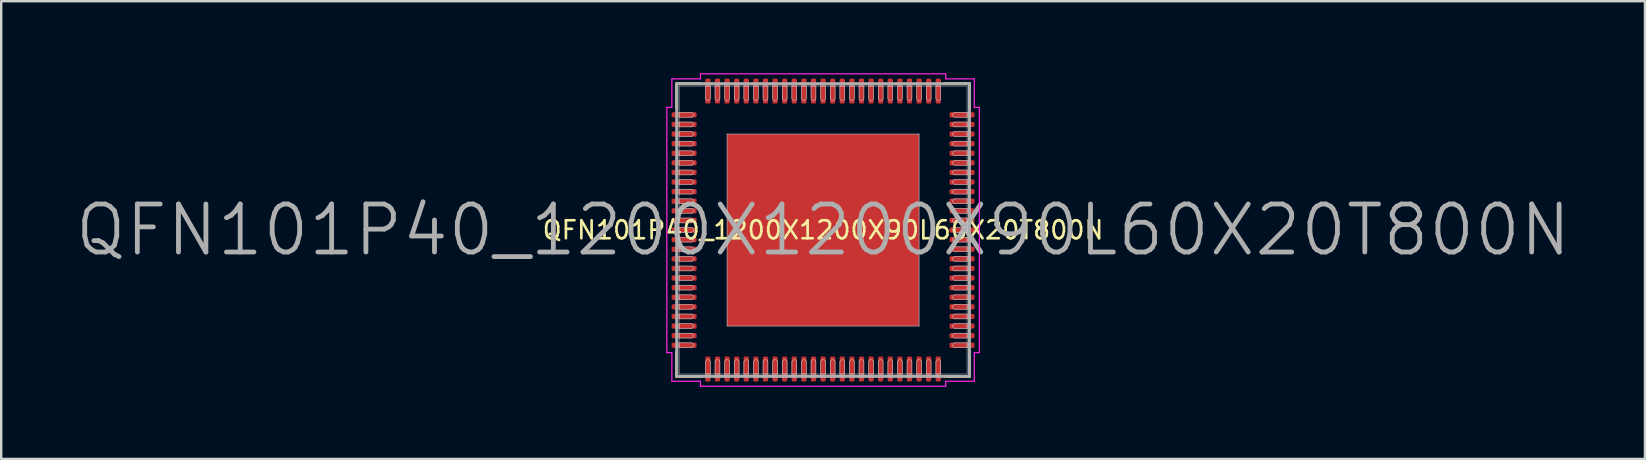
<source format=kicad_pcb>
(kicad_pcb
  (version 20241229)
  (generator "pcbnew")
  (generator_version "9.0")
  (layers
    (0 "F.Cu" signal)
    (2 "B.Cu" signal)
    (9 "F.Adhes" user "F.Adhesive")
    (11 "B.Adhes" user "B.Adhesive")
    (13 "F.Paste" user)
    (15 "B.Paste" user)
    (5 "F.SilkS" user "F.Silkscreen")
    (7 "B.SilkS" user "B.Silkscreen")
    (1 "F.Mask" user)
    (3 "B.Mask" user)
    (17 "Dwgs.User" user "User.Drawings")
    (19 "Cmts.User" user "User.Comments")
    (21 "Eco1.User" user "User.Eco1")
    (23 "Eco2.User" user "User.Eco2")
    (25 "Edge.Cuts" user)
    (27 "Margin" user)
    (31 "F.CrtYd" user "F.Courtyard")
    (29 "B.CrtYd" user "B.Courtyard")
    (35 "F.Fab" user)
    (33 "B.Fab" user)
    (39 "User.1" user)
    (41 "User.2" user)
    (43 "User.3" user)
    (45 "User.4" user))
  (footprint "QFN101P40_1200X1200X90L60X20T800N"
    (layer "F.Cu")
    (at 31.243 6.535)
    (property "Reference" "QFN101P40_1200X1200X90L60X20T800N" (at 0 0 0) (layer "F.SilkS") (effects (font (size 0.75 0.75) (thickness 0.11))))
    (attr smd)
    (fp_line (start -3.705 -3.705) (end -2.295 -3.705) (stroke (width 0.1) (type solid)) (layer "F.Mask"))
    (fp_line (start -3.705 -2.295) (end -3.705 -3.705) (stroke (width 0.1) (type solid)) (layer "F.Mask"))
    (fp_line (start -3.705 -1.705) (end -2.295 -1.705) (stroke (width 0.1) (type solid)) (layer "F.Mask"))
    (fp_line (start -3.705 -0.295) (end -3.705 -1.705) (stroke (width 0.1) (type solid)) (layer "F.Mask"))
    (fp_line (start -3.705 0.295) (end -2.295 0.295) (stroke (width 0.1) (type solid)) (layer "F.Mask"))
    (fp_line (start -3.705 1.705) (end -3.705 0.295) (stroke (width 0.1) (type solid)) (layer "F.Mask"))
    (fp_line (start -3.705 2.295) (end -2.295 2.295) (stroke (width 0.1) (type solid)) (layer "F.Mask"))
    (fp_line (start -3.705 3.705) (end -3.705 2.295) (stroke (width 0.1) (type solid)) (layer "F.Mask"))
    (fp_line (start -2.295 -3.705) (end -2.295 -2.295) (stroke (width 0.1) (type solid)) (layer "F.Mask"))
    (fp_line (start -2.295 -2.295) (end -3.705 -2.295) (stroke (width 0.1) (type solid)) (layer "F.Mask"))
    (fp_line (start -2.295 -1.705) (end -2.295 -0.295) (stroke (width 0.1) (type solid)) (layer "F.Mask"))
    (fp_line (start -2.295 -0.295) (end -3.705 -0.295) (stroke (width 0.1) (type solid)) (layer "F.Mask"))
    (fp_line (start -2.295 0.295) (end -2.295 1.705) (stroke (width 0.1) (type solid)) (layer "F.Mask"))
    (fp_line (start -2.295 1.705) (end -3.705 1.705) (stroke (width 0.1) (type solid)) (layer "F.Mask"))
    (fp_line (start -2.295 2.295) (end -2.295 3.705) (stroke (width 0.1) (type solid)) (layer "F.Mask"))
    (fp_line (start -2.295 3.705) (end -3.705 3.705) (stroke (width 0.1) (type solid)) (layer "F.Mask"))
    (fp_line (start -1.705 -3.705) (end -0.295 -3.705) (stroke (width 0.1) (type solid)) (layer "F.Mask"))
    (fp_line (start -1.705 -2.295) (end -1.705 -3.705) (stroke (width 0.1) (type solid)) (layer "F.Mask"))
    (fp_line (start -1.705 -1.705) (end -0.295 -1.705) (stroke (width 0.1) (type solid)) (layer "F.Mask"))
    (fp_line (start -1.705 -0.295) (end -1.705 -1.705) (stroke (width 0.1) (type solid)) (layer "F.Mask"))
    (fp_line (start -1.705 0.295) (end -0.295 0.295) (stroke (width 0.1) (type solid)) (layer "F.Mask"))
    (fp_line (start -1.705 1.705) (end -1.705 0.295) (stroke (width 0.1) (type solid)) (layer "F.Mask"))
    (fp_line (start -1.705 2.295) (end -0.295 2.295) (stroke (width 0.1) (type solid)) (layer "F.Mask"))
    (fp_line (start -1.705 3.705) (end -1.705 2.295) (stroke (width 0.1) (type solid)) (layer "F.Mask"))
    (fp_line (start -0.295 -3.705) (end -0.295 -2.295) (stroke (width 0.1) (type solid)) (layer "F.Mask"))
    (fp_line (start -0.295 -2.295) (end -1.705 -2.295) (stroke (width 0.1) (type solid)) (layer "F.Mask"))
    (fp_line (start -0.295 -1.705) (end -0.295 -0.295) (stroke (width 0.1) (type solid)) (layer "F.Mask"))
    (fp_line (start -0.295 -0.295) (end -1.705 -0.295) (stroke (width 0.1) (type solid)) (layer "F.Mask"))
    (fp_line (start -0.295 0.295) (end -0.295 1.705) (stroke (width 0.1) (type solid)) (layer "F.Mask"))
    (fp_line (start -0.295 1.705) (end -1.705 1.705) (stroke (width 0.1) (type solid)) (layer "F.Mask"))
    (fp_line (start -0.295 2.295) (end -0.295 3.705) (stroke (width 0.1) (type solid)) (layer "F.Mask"))
    (fp_line (start -0.295 3.705) (end -1.705 3.705) (stroke (width 0.1) (type solid)) (layer "F.Mask"))
    (fp_line (start 0.295 -3.705) (end 1.705 -3.705) (stroke (width 0.1) (type solid)) (layer "F.Mask"))
    (fp_line (start 0.295 -2.295) (end 0.295 -3.705) (stroke (width 0.1) (type solid)) (layer "F.Mask"))
    (fp_line (start 0.295 -1.705) (end 1.705 -1.705) (stroke (width 0.1) (type solid)) (layer "F.Mask"))
    (fp_line (start 0.295 -0.295) (end 0.295 -1.705) (stroke (width 0.1) (type solid)) (layer "F.Mask"))
    (fp_line (start 0.295 0.295) (end 1.705 0.295) (stroke (width 0.1) (type solid)) (layer "F.Mask"))
    (fp_line (start 0.295 1.705) (end 0.295 0.295) (stroke (width 0.1) (type solid)) (layer "F.Mask"))
    (fp_line (start 0.295 2.295) (end 1.705 2.295) (stroke (width 0.1) (type solid)) (layer "F.Mask"))
    (fp_line (start 0.295 3.705) (end 0.295 2.295) (stroke (width 0.1) (type solid)) (layer "F.Mask"))
    (fp_line (start 1.705 -3.705) (end 1.705 -2.295) (stroke (width 0.1) (type solid)) (layer "F.Mask"))
    (fp_line (start 1.705 -2.295) (end 0.295 -2.295) (stroke (width 0.1) (type solid)) (layer "F.Mask"))
    (fp_line (start 1.705 -1.705) (end 1.705 -0.295) (stroke (width 0.1) (type solid)) (layer "F.Mask"))
    (fp_line (start 1.705 -0.295) (end 0.295 -0.295) (stroke (width 0.1) (type solid)) (layer "F.Mask"))
    (fp_line (start 1.705 0.295) (end 1.705 1.705) (stroke (width 0.1) (type solid)) (layer "F.Mask"))
    (fp_line (start 1.705 1.705) (end 0.295 1.705) (stroke (width 0.1) (type solid)) (layer "F.Mask"))
    (fp_line (start 1.705 2.295) (end 1.705 3.705) (stroke (width 0.1) (type solid)) (layer "F.Mask"))
    (fp_line (start 1.705 3.705) (end 0.295 3.705) (stroke (width 0.1) (type solid)) (layer "F.Mask"))
    (fp_line (start 2.295 -3.705) (end 3.705 -3.705) (stroke (width 0.1) (type solid)) (layer "F.Mask"))
    (fp_line (start 2.295 -2.295) (end 2.295 -3.705) (stroke (width 0.1) (type solid)) (layer "F.Mask"))
    (fp_line (start 2.295 -1.705) (end 3.705 -1.705) (stroke (width 0.1) (type solid)) (layer "F.Mask"))
    (fp_line (start 2.295 -0.295) (end 2.295 -1.705) (stroke (width 0.1) (type solid)) (layer "F.Mask"))
    (fp_line (start 2.295 0.295) (end 3.705 0.295) (stroke (width 0.1) (type solid)) (layer "F.Mask"))
    (fp_line (start 2.295 1.705) (end 2.295 0.295) (stroke (width 0.1) (type solid)) (layer "F.Mask"))
    (fp_line (start 2.295 2.295) (end 3.705 2.295) (stroke (width 0.1) (type solid)) (layer "F.Mask"))
    (fp_line (start 2.295 3.705) (end 2.295 2.295) (stroke (width 0.1) (type solid)) (layer "F.Mask"))
    (fp_line (start 3.705 -3.705) (end 3.705 -2.295) (stroke (width 0.1) (type solid)) (layer "F.Mask"))
    (fp_line (start 3.705 -2.295) (end 2.295 -2.295) (stroke (width 0.1) (type solid)) (layer "F.Mask"))
    (fp_line (start 3.705 -1.705) (end 3.705 -0.295) (stroke (width 0.1) (type solid)) (layer "F.Mask"))
    (fp_line (start 3.705 -0.295) (end 2.295 -0.295) (stroke (width 0.1) (type solid)) (layer "F.Mask"))
    (fp_line (start 3.705 0.295) (end 3.705 1.705) (stroke (width 0.1) (type solid)) (layer "F.Mask"))
    (fp_line (start 3.705 1.705) (end 2.295 1.705) (stroke (width 0.1) (type solid)) (layer "F.Mask"))
    (fp_line (start 3.705 2.295) (end 3.705 3.705) (stroke (width 0.1) (type solid)) (layer "F.Mask"))
    (fp_line (start 3.705 3.705) (end 2.295 3.705) (stroke (width 0.1) (type solid)) (layer "F.Mask"))
    (fp_line (start -6.1 -6.1) (end -6.1 -5.09) (stroke (width 0.12) (type solid)) (layer "F.SilkS"))
    (fp_line (start -6.1 6.1) (end -6.1 5.09) (stroke (width 0.12) (type solid)) (layer "F.SilkS"))
    (fp_line (start -5.09 -6.1) (end -6.1 -6.1) (stroke (width 0.12) (type solid)) (layer "F.SilkS"))
    (fp_line (start -5.09 6.1) (end -6.1 6.1) (stroke (width 0.12) (type solid)) (layer "F.SilkS"))
    (fp_line (start 5.09 -6.1) (end 6.1 -6.1) (stroke (width 0.12) (type solid)) (layer "F.SilkS"))
    (fp_line (start 5.09 6.1) (end 6.1 6.1) (stroke (width 0.12) (type solid)) (layer "F.SilkS"))
    (fp_line (start 6.1 -6.1) (end 6.1 -5.09) (stroke (width 0.12) (type solid)) (layer "F.SilkS"))
    (fp_line (start 6.1 6.1) (end 6.1 5.09) (stroke (width 0.12) (type solid)) (layer "F.SilkS"))
    (fp_line (start -6 -6) (end 6 -6) (stroke (width 0.025) (type solid)) (layer "Dwgs.User"))
    (fp_line (start -6 -4.9) (end -6 -4.7) (stroke (width 0.025) (type solid)) (layer "Dwgs.User"))
    (fp_line (start -6 -4.7) (end -5.5 -4.7) (stroke (width 0.025) (type solid)) (layer "Dwgs.User"))
    (fp_line (start -6 -4.5) (end -6 -4.3) (stroke (width 0.025) (type solid)) (layer "Dwgs.User"))
    (fp_line (start -6 -4.3) (end -5.5 -4.3) (stroke (width 0.025) (type solid)) (layer "Dwgs.User"))
    (fp_line (start -6 -4.1) (end -6 -3.9) (stroke (width 0.025) (type solid)) (layer "Dwgs.User"))
    (fp_line (start -6 -3.9) (end -5.5 -3.9) (stroke (width 0.025) (type solid)) (layer "Dwgs.User"))
    (fp_line (start -6 -3.7) (end -6 -3.5) (stroke (width 0.025) (type solid)) (layer "Dwgs.User"))
    (fp_line (start -6 -3.5) (end -5.5 -3.5) (stroke (width 0.025) (type solid)) (layer "Dwgs.User"))
    (fp_line (start -6 -3.3) (end -6 -3.1) (stroke (width 0.025) (type solid)) (layer "Dwgs.User"))
    (fp_line (start -6 -3.1) (end -5.5 -3.1) (stroke (width 0.025) (type solid)) (layer "Dwgs.User"))
    (fp_line (start -6 -2.9) (end -6 -2.7) (stroke (width 0.025) (type solid)) (layer "Dwgs.User"))
    (fp_line (start -6 -2.7) (end -5.5 -2.7) (stroke (width 0.025) (type solid)) (layer "Dwgs.User"))
    (fp_line (start -6 -2.5) (end -6 -2.3) (stroke (width 0.025) (type solid)) (layer "Dwgs.User"))
    (fp_line (start -6 -2.3) (end -5.5 -2.3) (stroke (width 0.025) (type solid)) (layer "Dwgs.User"))
    (fp_line (start -6 -2.1) (end -6 -1.9) (stroke (width 0.025) (type solid)) (layer "Dwgs.User"))
    (fp_line (start -6 -1.9) (end -5.5 -1.9) (stroke (width 0.025) (type solid)) (layer "Dwgs.User"))
    (fp_line (start -6 -1.7) (end -6 -1.5) (stroke (width 0.025) (type solid)) (layer "Dwgs.User"))
    (fp_line (start -6 -1.5) (end -5.5 -1.5) (stroke (width 0.025) (type solid)) (layer "Dwgs.User"))
    (fp_line (start -6 -1.3) (end -6 -1.1) (stroke (width 0.025) (type solid)) (layer "Dwgs.User"))
    (fp_line (start -6 -1.1) (end -5.5 -1.1) (stroke (width 0.025) (type solid)) (layer "Dwgs.User"))
    (fp_line (start -6 -0.9) (end -6 -0.7) (stroke (width 0.025) (type solid)) (layer "Dwgs.User"))
    (fp_line (start -6 -0.7) (end -5.5 -0.7) (stroke (width 0.025) (type solid)) (layer "Dwgs.User"))
    (fp_line (start -6 -0.5) (end -6 -0.3) (stroke (width 0.025) (type solid)) (layer "Dwgs.User"))
    (fp_line (start -6 -0.3) (end -5.5 -0.3) (stroke (width 0.025) (type solid)) (layer "Dwgs.User"))
    (fp_line (start -6 -0.1) (end -6 0.1) (stroke (width 0.025) (type solid)) (layer "Dwgs.User"))
    (fp_line (start -6 0.1) (end -5.5 0.1) (stroke (width 0.025) (type solid)) (layer "Dwgs.User"))
    (fp_line (start -6 0.3) (end -6 0.5) (stroke (width 0.025) (type solid)) (layer "Dwgs.User"))
    (fp_line (start -6 0.5) (end -5.5 0.5) (stroke (width 0.025) (type solid)) (layer "Dwgs.User"))
    (fp_line (start -6 0.7) (end -6 0.9) (stroke (width 0.025) (type solid)) (layer "Dwgs.User"))
    (fp_line (start -6 0.9) (end -5.5 0.9) (stroke (width 0.025) (type solid)) (layer "Dwgs.User"))
    (fp_line (start -6 1.1) (end -6 1.3) (stroke (width 0.025) (type solid)) (layer "Dwgs.User"))
    (fp_line (start -6 1.3) (end -5.5 1.3) (stroke (width 0.025) (type solid)) (layer "Dwgs.User"))
    (fp_line (start -6 1.5) (end -6 1.7) (stroke (width 0.025) (type solid)) (layer "Dwgs.User"))
    (fp_line (start -6 1.7) (end -5.5 1.7) (stroke (width 0.025) (type solid)) (layer "Dwgs.User"))
    (fp_line (start -6 1.9) (end -6 2.1) (stroke (width 0.025) (type solid)) (layer "Dwgs.User"))
    (fp_line (start -6 2.1) (end -5.5 2.1) (stroke (width 0.025) (type solid)) (layer "Dwgs.User"))
    (fp_line (start -6 2.3) (end -6 2.5) (stroke (width 0.025) (type solid)) (layer "Dwgs.User"))
    (fp_line (start -6 2.5) (end -5.5 2.5) (stroke (width 0.025) (type solid)) (layer "Dwgs.User"))
    (fp_line (start -6 2.7) (end -6 2.9) (stroke (width 0.025) (type solid)) (layer "Dwgs.User"))
    (fp_line (start -6 2.9) (end -5.5 2.9) (stroke (width 0.025) (type solid)) (layer "Dwgs.User"))
    (fp_line (start -6 3.1) (end -6 3.3) (stroke (width 0.025) (type solid)) (layer "Dwgs.User"))
    (fp_line (start -6 3.3) (end -5.5 3.3) (stroke (width 0.025) (type solid)) (layer "Dwgs.User"))
    (fp_line (start -6 3.5) (end -6 3.7) (stroke (width 0.025) (type solid)) (layer "Dwgs.User"))
    (fp_line (start -6 3.7) (end -5.5 3.7) (stroke (width 0.025) (type solid)) (layer "Dwgs.User"))
    (fp_line (start -6 3.9) (end -6 4.1) (stroke (width 0.025) (type solid)) (layer "Dwgs.User"))
    (fp_line (start -6 4.1) (end -5.5 4.1) (stroke (width 0.025) (type solid)) (layer "Dwgs.User"))
    (fp_line (start -6 4.3) (end -6 4.5) (stroke (width 0.025) (type solid)) (layer "Dwgs.User"))
    (fp_line (start -6 4.5) (end -5.5 4.5) (stroke (width 0.025) (type solid)) (layer "Dwgs.User"))
    (fp_line (start -6 4.7) (end -6 4.9) (stroke (width 0.025) (type solid)) (layer "Dwgs.User"))
    (fp_line (start -6 4.9) (end -5.5 4.9) (stroke (width 0.025) (type solid)) (layer "Dwgs.User"))
    (fp_line (start -6 6) (end -6 -6) (stroke (width 0.025) (type solid)) (layer "Dwgs.User"))
    (fp_line (start -5.5 -4.9) (end -6 -4.9) (stroke (width 0.025) (type solid)) (layer "Dwgs.User"))
    (fp_line (start -5.5 -4.5) (end -6 -4.5) (stroke (width 0.025) (type solid)) (layer "Dwgs.User"))
    (fp_line (start -5.5 -4.1) (end -6 -4.1) (stroke (width 0.025) (type solid)) (layer "Dwgs.User"))
    (fp_line (start -5.5 -3.7) (end -6 -3.7) (stroke (width 0.025) (type solid)) (layer "Dwgs.User"))
    (fp_line (start -5.5 -3.3) (end -6 -3.3) (stroke (width 0.025) (type solid)) (layer "Dwgs.User"))
    (fp_line (start -5.5 -2.9) (end -6 -2.9) (stroke (width 0.025) (type solid)) (layer "Dwgs.User"))
    (fp_line (start -5.5 -2.5) (end -6 -2.5) (stroke (width 0.025) (type solid)) (layer "Dwgs.User"))
    (fp_line (start -5.5 -2.1) (end -6 -2.1) (stroke (width 0.025) (type solid)) (layer "Dwgs.User"))
    (fp_line (start -5.5 -1.7) (end -6 -1.7) (stroke (width 0.025) (type solid)) (layer "Dwgs.User"))
    (fp_line (start -5.5 -1.3) (end -6 -1.3) (stroke (width 0.025) (type solid)) (layer "Dwgs.User"))
    (fp_line (start -5.5 -0.9) (end -6 -0.9) (stroke (width 0.025) (type solid)) (layer "Dwgs.User"))
    (fp_line (start -5.5 -0.5) (end -6 -0.5) (stroke (width 0.025) (type solid)) (layer "Dwgs.User"))
    (fp_line (start -5.5 -0.1) (end -6 -0.1) (stroke (width 0.025) (type solid)) (layer "Dwgs.User"))
    (fp_line (start -5.5 0.3) (end -6 0.3) (stroke (width 0.025) (type solid)) (layer "Dwgs.User"))
    (fp_line (start -5.5 0.7) (end -6 0.7) (stroke (width 0.025) (type solid)) (layer "Dwgs.User"))
    (fp_line (start -5.5 1.1) (end -6 1.1) (stroke (width 0.025) (type solid)) (layer "Dwgs.User"))
    (fp_line (start -5.5 1.5) (end -6 1.5) (stroke (width 0.025) (type solid)) (layer "Dwgs.User"))
    (fp_line (start -5.5 1.9) (end -6 1.9) (stroke (width 0.025) (type solid)) (layer "Dwgs.User"))
    (fp_line (start -5.5 2.3) (end -6 2.3) (stroke (width 0.025) (type solid)) (layer "Dwgs.User"))
    (fp_line (start -5.5 2.7) (end -6 2.7) (stroke (width 0.025) (type solid)) (layer "Dwgs.User"))
    (fp_line (start -5.5 3.1) (end -6 3.1) (stroke (width 0.025) (type solid)) (layer "Dwgs.User"))
    (fp_line (start -5.5 3.5) (end -6 3.5) (stroke (width 0.025) (type solid)) (layer "Dwgs.User"))
    (fp_line (start -5.5 3.9) (end -6 3.9) (stroke (width 0.025) (type solid)) (layer "Dwgs.User"))
    (fp_line (start -5.5 4.3) (end -6 4.3) (stroke (width 0.025) (type solid)) (layer "Dwgs.User"))
    (fp_line (start -5.5 4.7) (end -6 4.7) (stroke (width 0.025) (type solid)) (layer "Dwgs.User"))
    (fp_line (start -4.9 -6) (end -4.9 -5.5) (stroke (width 0.025) (type solid)) (layer "Dwgs.User"))
    (fp_line (start -4.9 5.5) (end -4.9 6) (stroke (width 0.025) (type solid)) (layer "Dwgs.User"))
    (fp_line (start -4.9 6) (end -4.7 6) (stroke (width 0.025) (type solid)) (layer "Dwgs.User"))
    (fp_line (start -4.7 -6) (end -4.9 -6) (stroke (width 0.025) (type solid)) (layer "Dwgs.User"))
    (fp_line (start -4.7 -5.5) (end -4.7 -6) (stroke (width 0.025) (type solid)) (layer "Dwgs.User"))
    (fp_line (start -4.7 6) (end -4.7 5.5) (stroke (width 0.025) (type solid)) (layer "Dwgs.User"))
    (fp_line (start -4.5 -6) (end -4.5 -5.5) (stroke (width 0.025) (type solid)) (layer "Dwgs.User"))
    (fp_line (start -4.5 5.5) (end -4.5 6) (stroke (width 0.025) (type solid)) (layer "Dwgs.User"))
    (fp_line (start -4.5 6) (end -4.3 6) (stroke (width 0.025) (type solid)) (layer "Dwgs.User"))
    (fp_line (start -4.3 -6) (end -4.5 -6) (stroke (width 0.025) (type solid)) (layer "Dwgs.User"))
    (fp_line (start -4.3 -5.5) (end -4.3 -6) (stroke (width 0.025) (type solid)) (layer "Dwgs.User"))
    (fp_line (start -4.3 6) (end -4.3 5.5) (stroke (width 0.025) (type solid)) (layer "Dwgs.User"))
    (fp_line (start -4.1 -6) (end -4.1 -5.5) (stroke (width 0.025) (type solid)) (layer "Dwgs.User"))
    (fp_line (start -4.1 5.5) (end -4.1 6) (stroke (width 0.025) (type solid)) (layer "Dwgs.User"))
    (fp_line (start -4.1 6) (end -3.9 6) (stroke (width 0.025) (type solid)) (layer "Dwgs.User"))
    (fp_line (start -4 -4) (end 4 -4) (stroke (width 0.025) (type solid)) (layer "Dwgs.User"))
    (fp_line (start -4 4) (end -4 -4) (stroke (width 0.025) (type solid)) (layer "Dwgs.User"))
    (fp_line (start -3.9 -6) (end -4.1 -6) (stroke (width 0.025) (type solid)) (layer "Dwgs.User"))
    (fp_line (start -3.9 -5.5) (end -3.9 -6) (stroke (width 0.025) (type solid)) (layer "Dwgs.User"))
    (fp_line (start -3.9 6) (end -3.9 5.5) (stroke (width 0.025) (type solid)) (layer "Dwgs.User"))
    (fp_line (start -3.7 -6) (end -3.7 -5.5) (stroke (width 0.025) (type solid)) (layer "Dwgs.User"))
    (fp_line (start -3.7 5.5) (end -3.7 6) (stroke (width 0.025) (type solid)) (layer "Dwgs.User"))
    (fp_line (start -3.7 6) (end -3.5 6) (stroke (width 0.025) (type solid)) (layer "Dwgs.User"))
    (fp_line (start -3.5 -6) (end -3.7 -6) (stroke (width 0.025) (type solid)) (layer "Dwgs.User"))
    (fp_line (start -3.5 -5.5) (end -3.5 -6) (stroke (width 0.025) (type solid)) (layer "Dwgs.User"))
    (fp_line (start -3.5 6) (end -3.5 5.5) (stroke (width 0.025) (type solid)) (layer "Dwgs.User"))
    (fp_line (start -3.3 -6) (end -3.3 -5.5) (stroke (width 0.025) (type solid)) (layer "Dwgs.User"))
    (fp_line (start -3.3 5.5) (end -3.3 6) (stroke (width 0.025) (type solid)) (layer "Dwgs.User"))
    (fp_line (start -3.3 6) (end -3.1 6) (stroke (width 0.025) (type solid)) (layer "Dwgs.User"))
    (fp_line (start -3.1 -6) (end -3.3 -6) (stroke (width 0.025) (type solid)) (layer "Dwgs.User"))
    (fp_line (start -3.1 -5.5) (end -3.1 -6) (stroke (width 0.025) (type solid)) (layer "Dwgs.User"))
    (fp_line (start -3.1 6) (end -3.1 5.5) (stroke (width 0.025) (type solid)) (layer "Dwgs.User"))
    (fp_line (start -2.9 -6) (end -2.9 -5.5) (stroke (width 0.025) (type solid)) (layer "Dwgs.User"))
    (fp_line (start -2.9 5.5) (end -2.9 6) (stroke (width 0.025) (type solid)) (layer "Dwgs.User"))
    (fp_line (start -2.9 6) (end -2.7 6) (stroke (width 0.025) (type solid)) (layer "Dwgs.User"))
    (fp_line (start -2.7 -6) (end -2.9 -6) (stroke (width 0.025) (type solid)) (layer "Dwgs.User"))
    (fp_line (start -2.7 -5.5) (end -2.7 -6) (stroke (width 0.025) (type solid)) (layer "Dwgs.User"))
    (fp_line (start -2.7 6) (end -2.7 5.5) (stroke (width 0.025) (type solid)) (layer "Dwgs.User"))
    (fp_line (start -2.5 -6) (end -2.5 -5.5) (stroke (width 0.025) (type solid)) (layer "Dwgs.User"))
    (fp_line (start -2.5 5.5) (end -2.5 6) (stroke (width 0.025) (type solid)) (layer "Dwgs.User"))
    (fp_line (start -2.5 6) (end -2.3 6) (stroke (width 0.025) (type solid)) (layer "Dwgs.User"))
    (fp_line (start -2.3 -6) (end -2.5 -6) (stroke (width 0.025) (type solid)) (layer "Dwgs.User"))
    (fp_line (start -2.3 -5.5) (end -2.3 -6) (stroke (width 0.025) (type solid)) (layer "Dwgs.User"))
    (fp_line (start -2.3 6) (end -2.3 5.5) (stroke (width 0.025) (type solid)) (layer "Dwgs.User"))
    (fp_line (start -2.1 -6) (end -2.1 -5.5) (stroke (width 0.025) (type solid)) (layer "Dwgs.User"))
    (fp_line (start -2.1 5.5) (end -2.1 6) (stroke (width 0.025) (type solid)) (layer "Dwgs.User"))
    (fp_line (start -2.1 6) (end -1.9 6) (stroke (width 0.025) (type solid)) (layer "Dwgs.User"))
    (fp_line (start -1.9 -6) (end -2.1 -6) (stroke (width 0.025) (type solid)) (layer "Dwgs.User"))
    (fp_line (start -1.9 -5.5) (end -1.9 -6) (stroke (width 0.025) (type solid)) (layer "Dwgs.User"))
    (fp_line (start -1.9 6) (end -1.9 5.5) (stroke (width 0.025) (type solid)) (layer "Dwgs.User"))
    (fp_line (start -1.7 -6) (end -1.7 -5.5) (stroke (width 0.025) (type solid)) (layer "Dwgs.User"))
    (fp_line (start -1.7 5.5) (end -1.7 6) (stroke (width 0.025) (type solid)) (layer "Dwgs.User"))
    (fp_line (start -1.7 6) (end -1.5 6) (stroke (width 0.025) (type solid)) (layer "Dwgs.User"))
    (fp_line (start -1.5 -6) (end -1.7 -6) (stroke (width 0.025) (type solid)) (layer "Dwgs.User"))
    (fp_line (start -1.5 -5.5) (end -1.5 -6) (stroke (width 0.025) (type solid)) (layer "Dwgs.User"))
    (fp_line (start -1.5 6) (end -1.5 5.5) (stroke (width 0.025) (type solid)) (layer "Dwgs.User"))
    (fp_line (start -1.3 -6) (end -1.3 -5.5) (stroke (width 0.025) (type solid)) (layer "Dwgs.User"))
    (fp_line (start -1.3 5.5) (end -1.3 6) (stroke (width 0.025) (type solid)) (layer "Dwgs.User"))
    (fp_line (start -1.3 6) (end -1.1 6) (stroke (width 0.025) (type solid)) (layer "Dwgs.User"))
    (fp_line (start -1.1 -6) (end -1.3 -6) (stroke (width 0.025) (type solid)) (layer "Dwgs.User"))
    (fp_line (start -1.1 -5.5) (end -1.1 -6) (stroke (width 0.025) (type solid)) (layer "Dwgs.User"))
    (fp_line (start -1.1 6) (end -1.1 5.5) (stroke (width 0.025) (type solid)) (layer "Dwgs.User"))
    (fp_line (start -0.9 -6) (end -0.9 -5.5) (stroke (width 0.025) (type solid)) (layer "Dwgs.User"))
    (fp_line (start -0.9 5.5) (end -0.9 6) (stroke (width 0.025) (type solid)) (layer "Dwgs.User"))
    (fp_line (start -0.9 6) (end -0.7 6) (stroke (width 0.025) (type solid)) (layer "Dwgs.User"))
    (fp_line (start -0.7 -6) (end -0.9 -6) (stroke (width 0.025) (type solid)) (layer "Dwgs.User"))
    (fp_line (start -0.7 -5.5) (end -0.7 -6) (stroke (width 0.025) (type solid)) (layer "Dwgs.User"))
    (fp_line (start -0.7 6) (end -0.7 5.5) (stroke (width 0.025) (type solid)) (layer "Dwgs.User"))
    (fp_line (start -0.5 -6) (end -0.5 -5.5) (stroke (width 0.025) (type solid)) (layer "Dwgs.User"))
    (fp_line (start -0.5 5.5) (end -0.5 6) (stroke (width 0.025) (type solid)) (layer "Dwgs.User"))
    (fp_line (start -0.5 6) (end -0.3 6) (stroke (width 0.025) (type solid)) (layer "Dwgs.User"))
    (fp_line (start -0.3 -6) (end -0.5 -6) (stroke (width 0.025) (type solid)) (layer "Dwgs.User"))
    (fp_line (start -0.3 -5.5) (end -0.3 -6) (stroke (width 0.025) (type solid)) (layer "Dwgs.User"))
    (fp_line (start -0.3 6) (end -0.3 5.5) (stroke (width 0.025) (type solid)) (layer "Dwgs.User"))
    (fp_line (start -0.1 -6) (end -0.1 -5.5) (stroke (width 0.025) (type solid)) (layer "Dwgs.User"))
    (fp_line (start -0.1 5.5) (end -0.1 6) (stroke (width 0.025) (type solid)) (layer "Dwgs.User"))
    (fp_line (start -0.1 6) (end 0.1 6) (stroke (width 0.025) (type solid)) (layer "Dwgs.User"))
    (fp_line (start 0.1 -6) (end -0.1 -6) (stroke (width 0.025) (type solid)) (layer "Dwgs.User"))
    (fp_line (start 0.1 -5.5) (end 0.1 -6) (stroke (width 0.025) (type solid)) (layer "Dwgs.User"))
    (fp_line (start 0.1 6) (end 0.1 5.5) (stroke (width 0.025) (type solid)) (layer "Dwgs.User"))
    (fp_line (start 0.3 -6) (end 0.3 -5.5) (stroke (width 0.025) (type solid)) (layer "Dwgs.User"))
    (fp_line (start 0.3 5.5) (end 0.3 6) (stroke (width 0.025) (type solid)) (layer "Dwgs.User"))
    (fp_line (start 0.3 6) (end 0.5 6) (stroke (width 0.025) (type solid)) (layer "Dwgs.User"))
    (fp_line (start 0.5 -6) (end 0.3 -6) (stroke (width 0.025) (type solid)) (layer "Dwgs.User"))
    (fp_line (start 0.5 -5.5) (end 0.5 -6) (stroke (width 0.025) (type solid)) (layer "Dwgs.User"))
    (fp_line (start 0.5 6) (end 0.5 5.5) (stroke (width 0.025) (type solid)) (layer "Dwgs.User"))
    (fp_line (start 0.7 -6) (end 0.7 -5.5) (stroke (width 0.025) (type solid)) (layer "Dwgs.User"))
    (fp_line (start 0.7 5.5) (end 0.7 6) (stroke (width 0.025) (type solid)) (layer "Dwgs.User"))
    (fp_line (start 0.7 6) (end 0.9 6) (stroke (width 0.025) (type solid)) (layer "Dwgs.User"))
    (fp_line (start 0.9 -6) (end 0.7 -6) (stroke (width 0.025) (type solid)) (layer "Dwgs.User"))
    (fp_line (start 0.9 -5.5) (end 0.9 -6) (stroke (width 0.025) (type solid)) (layer "Dwgs.User"))
    (fp_line (start 0.9 6) (end 0.9 5.5) (stroke (width 0.025) (type solid)) (layer "Dwgs.User"))
    (fp_line (start 1.1 -6) (end 1.1 -5.5) (stroke (width 0.025) (type solid)) (layer "Dwgs.User"))
    (fp_line (start 1.1 5.5) (end 1.1 6) (stroke (width 0.025) (type solid)) (layer "Dwgs.User"))
    (fp_line (start 1.1 6) (end 1.3 6) (stroke (width 0.025) (type solid)) (layer "Dwgs.User"))
    (fp_line (start 1.3 -6) (end 1.1 -6) (stroke (width 0.025) (type solid)) (layer "Dwgs.User"))
    (fp_line (start 1.3 -5.5) (end 1.3 -6) (stroke (width 0.025) (type solid)) (layer "Dwgs.User"))
    (fp_line (start 1.3 6) (end 1.3 5.5) (stroke (width 0.025) (type solid)) (layer "Dwgs.User"))
    (fp_line (start 1.5 -6) (end 1.5 -5.5) (stroke (width 0.025) (type solid)) (layer "Dwgs.User"))
    (fp_line (start 1.5 5.5) (end 1.5 6) (stroke (width 0.025) (type solid)) (layer "Dwgs.User"))
    (fp_line (start 1.5 6) (end 1.7 6) (stroke (width 0.025) (type solid)) (layer "Dwgs.User"))
    (fp_line (start 1.7 -6) (end 1.5 -6) (stroke (width 0.025) (type solid)) (layer "Dwgs.User"))
    (fp_line (start 1.7 -5.5) (end 1.7 -6) (stroke (width 0.025) (type solid)) (layer "Dwgs.User"))
    (fp_line (start 1.7 6) (end 1.7 5.5) (stroke (width 0.025) (type solid)) (layer "Dwgs.User"))
    (fp_line (start 1.9 -6) (end 1.9 -5.5) (stroke (width 0.025) (type solid)) (layer "Dwgs.User"))
    (fp_line (start 1.9 5.5) (end 1.9 6) (stroke (width 0.025) (type solid)) (layer "Dwgs.User"))
    (fp_line (start 1.9 6) (end 2.1 6) (stroke (width 0.025) (type solid)) (layer "Dwgs.User"))
    (fp_line (start 2.1 -6) (end 1.9 -6) (stroke (width 0.025) (type solid)) (layer "Dwgs.User"))
    (fp_line (start 2.1 -5.5) (end 2.1 -6) (stroke (width 0.025) (type solid)) (layer "Dwgs.User"))
    (fp_line (start 2.1 6) (end 2.1 5.5) (stroke (width 0.025) (type solid)) (layer "Dwgs.User"))
    (fp_line (start 2.3 -6) (end 2.3 -5.5) (stroke (width 0.025) (type solid)) (layer "Dwgs.User"))
    (fp_line (start 2.3 5.5) (end 2.3 6) (stroke (width 0.025) (type solid)) (layer "Dwgs.User"))
    (fp_line (start 2.3 6) (end 2.5 6) (stroke (width 0.025) (type solid)) (layer "Dwgs.User"))
    (fp_line (start 2.5 -6) (end 2.3 -6) (stroke (width 0.025) (type solid)) (layer "Dwgs.User"))
    (fp_line (start 2.5 -5.5) (end 2.5 -6) (stroke (width 0.025) (type solid)) (layer "Dwgs.User"))
    (fp_line (start 2.5 6) (end 2.5 5.5) (stroke (width 0.025) (type solid)) (layer "Dwgs.User"))
    (fp_line (start 2.7 -6) (end 2.7 -5.5) (stroke (width 0.025) (type solid)) (layer "Dwgs.User"))
    (fp_line (start 2.7 5.5) (end 2.7 6) (stroke (width 0.025) (type solid)) (layer "Dwgs.User"))
    (fp_line (start 2.7 6) (end 2.9 6) (stroke (width 0.025) (type solid)) (layer "Dwgs.User"))
    (fp_line (start 2.9 -6) (end 2.7 -6) (stroke (width 0.025) (type solid)) (layer "Dwgs.User"))
    (fp_line (start 2.9 -5.5) (end 2.9 -6) (stroke (width 0.025) (type solid)) (layer "Dwgs.User"))
    (fp_line (start 2.9 6) (end 2.9 5.5) (stroke (width 0.025) (type solid)) (layer "Dwgs.User"))
    (fp_line (start 3.1 -6) (end 3.1 -5.5) (stroke (width 0.025) (type solid)) (layer "Dwgs.User"))
    (fp_line (start 3.1 5.5) (end 3.1 6) (stroke (width 0.025) (type solid)) (layer "Dwgs.User"))
    (fp_line (start 3.1 6) (end 3.3 6) (stroke (width 0.025) (type solid)) (layer "Dwgs.User"))
    (fp_line (start 3.3 -6) (end 3.1 -6) (stroke (width 0.025) (type solid)) (layer "Dwgs.User"))
    (fp_line (start 3.3 -5.5) (end 3.3 -6) (stroke (width 0.025) (type solid)) (layer "Dwgs.User"))
    (fp_line (start 3.3 6) (end 3.3 5.5) (stroke (width 0.025) (type solid)) (layer "Dwgs.User"))
    (fp_line (start 3.5 -6) (end 3.5 -5.5) (stroke (width 0.025) (type solid)) (layer "Dwgs.User"))
    (fp_line (start 3.5 5.5) (end 3.5 6) (stroke (width 0.025) (type solid)) (layer "Dwgs.User"))
    (fp_line (start 3.5 6) (end 3.7 6) (stroke (width 0.025) (type solid)) (layer "Dwgs.User"))
    (fp_line (start 3.7 -6) (end 3.5 -6) (stroke (width 0.025) (type solid)) (layer "Dwgs.User"))
    (fp_line (start 3.7 -5.5) (end 3.7 -6) (stroke (width 0.025) (type solid)) (layer "Dwgs.User"))
    (fp_line (start 3.7 6) (end 3.7 5.5) (stroke (width 0.025) (type solid)) (layer "Dwgs.User"))
    (fp_line (start 3.9 -6) (end 3.9 -5.5) (stroke (width 0.025) (type solid)) (layer "Dwgs.User"))
    (fp_line (start 3.9 5.5) (end 3.9 6) (stroke (width 0.025) (type solid)) (layer "Dwgs.User"))
    (fp_line (start 3.9 6) (end 4.1 6) (stroke (width 0.025) (type solid)) (layer "Dwgs.User"))
    (fp_line (start 4 -4) (end 4 4) (stroke (width 0.025) (type solid)) (layer "Dwgs.User"))
    (fp_line (start 4 4) (end -4 4) (stroke (width 0.025) (type solid)) (layer "Dwgs.User"))
    (fp_line (start 4.1 -6) (end 3.9 -6) (stroke (width 0.025) (type solid)) (layer "Dwgs.User"))
    (fp_line (start 4.1 -5.5) (end 4.1 -6) (stroke (width 0.025) (type solid)) (layer "Dwgs.User"))
    (fp_line (start 4.1 6) (end 4.1 5.5) (stroke (width 0.025) (type solid)) (layer "Dwgs.User"))
    (fp_line (start 4.3 -6) (end 4.3 -5.5) (stroke (width 0.025) (type solid)) (layer "Dwgs.User"))
    (fp_line (start 4.3 5.5) (end 4.3 6) (stroke (width 0.025) (type solid)) (layer "Dwgs.User"))
    (fp_line (start 4.3 6) (end 4.5 6) (stroke (width 0.025) (type solid)) (layer "Dwgs.User"))
    (fp_line (start 4.5 -6) (end 4.3 -6) (stroke (width 0.025) (type solid)) (layer "Dwgs.User"))
    (fp_line (start 4.5 -5.5) (end 4.5 -6) (stroke (width 0.025) (type solid)) (layer "Dwgs.User"))
    (fp_line (start 4.5 6) (end 4.5 5.5) (stroke (width 0.025) (type solid)) (layer "Dwgs.User"))
    (fp_line (start 4.7 -6) (end 4.7 -5.5) (stroke (width 0.025) (type solid)) (layer "Dwgs.User"))
    (fp_line (start 4.7 5.5) (end 4.7 6) (stroke (width 0.025) (type solid)) (layer "Dwgs.User"))
    (fp_line (start 4.7 6) (end 4.9 6) (stroke (width 0.025) (type solid)) (layer "Dwgs.User"))
    (fp_line (start 4.9 -6) (end 4.7 -6) (stroke (width 0.025) (type solid)) (layer "Dwgs.User"))
    (fp_line (start 4.9 -5.5) (end 4.9 -6) (stroke (width 0.025) (type solid)) (layer "Dwgs.User"))
    (fp_line (start 4.9 6) (end 4.9 5.5) (stroke (width 0.025) (type solid)) (layer "Dwgs.User"))
    (fp_line (start 5.5 -4.7) (end 6 -4.7) (stroke (width 0.025) (type solid)) (layer "Dwgs.User"))
    (fp_line (start 5.5 -4.3) (end 6 -4.3) (stroke (width 0.025) (type solid)) (layer "Dwgs.User"))
    (fp_line (start 5.5 -3.9) (end 6 -3.9) (stroke (width 0.025) (type solid)) (layer "Dwgs.User"))
    (fp_line (start 5.5 -3.5) (end 6 -3.5) (stroke (width 0.025) (type solid)) (layer "Dwgs.User"))
    (fp_line (start 5.5 -3.1) (end 6 -3.1) (stroke (width 0.025) (type solid)) (layer "Dwgs.User"))
    (fp_line (start 5.5 -2.7) (end 6 -2.7) (stroke (width 0.025) (type solid)) (layer "Dwgs.User"))
    (fp_line (start 5.5 -2.3) (end 6 -2.3) (stroke (width 0.025) (type solid)) (layer "Dwgs.User"))
    (fp_line (start 5.5 -1.9) (end 6 -1.9) (stroke (width 0.025) (type solid)) (layer "Dwgs.User"))
    (fp_line (start 5.5 -1.5) (end 6 -1.5) (stroke (width 0.025) (type solid)) (layer "Dwgs.User"))
    (fp_line (start 5.5 -1.1) (end 6 -1.1) (stroke (width 0.025) (type solid)) (layer "Dwgs.User"))
    (fp_line (start 5.5 -0.7) (end 6 -0.7) (stroke (width 0.025) (type solid)) (layer "Dwgs.User"))
    (fp_line (start 5.5 -0.3) (end 6 -0.3) (stroke (width 0.025) (type solid)) (layer "Dwgs.User"))
    (fp_line (start 5.5 0.1) (end 6 0.1) (stroke (width 0.025) (type solid)) (layer "Dwgs.User"))
    (fp_line (start 5.5 0.5) (end 6 0.5) (stroke (width 0.025) (type solid)) (layer "Dwgs.User"))
    (fp_line (start 5.5 0.9) (end 6 0.9) (stroke (width 0.025) (type solid)) (layer "Dwgs.User"))
    (fp_line (start 5.5 1.3) (end 6 1.3) (stroke (width 0.025) (type solid)) (layer "Dwgs.User"))
    (fp_line (start 5.5 1.7) (end 6 1.7) (stroke (width 0.025) (type solid)) (layer "Dwgs.User"))
    (fp_line (start 5.5 2.1) (end 6 2.1) (stroke (width 0.025) (type solid)) (layer "Dwgs.User"))
    (fp_line (start 5.5 2.5) (end 6 2.5) (stroke (width 0.025) (type solid)) (layer "Dwgs.User"))
    (fp_line (start 5.5 2.9) (end 6 2.9) (stroke (width 0.025) (type solid)) (layer "Dwgs.User"))
    (fp_line (start 5.5 3.3) (end 6 3.3) (stroke (width 0.025) (type solid)) (layer "Dwgs.User"))
    (fp_line (start 5.5 3.7) (end 6 3.7) (stroke (width 0.025) (type solid)) (layer "Dwgs.User"))
    (fp_line (start 5.5 4.1) (end 6 4.1) (stroke (width 0.025) (type solid)) (layer "Dwgs.User"))
    (fp_line (start 5.5 4.5) (end 6 4.5) (stroke (width 0.025) (type solid)) (layer "Dwgs.User"))
    (fp_line (start 5.5 4.9) (end 6 4.9) (stroke (width 0.025) (type solid)) (layer "Dwgs.User"))
    (fp_line (start 6 -6) (end 6 6) (stroke (width 0.025) (type solid)) (layer "Dwgs.User"))
    (fp_line (start 6 -4.9) (end 5.5 -4.9) (stroke (width 0.025) (type solid)) (layer "Dwgs.User"))
    (fp_line (start 6 -4.7) (end 6 -4.9) (stroke (width 0.025) (type solid)) (layer "Dwgs.User"))
    (fp_line (start 6 -4.5) (end 5.5 -4.5) (stroke (width 0.025) (type solid)) (layer "Dwgs.User"))
    (fp_line (start 6 -4.3) (end 6 -4.5) (stroke (width 0.025) (type solid)) (layer "Dwgs.User"))
    (fp_line (start 6 -4.1) (end 5.5 -4.1) (stroke (width 0.025) (type solid)) (layer "Dwgs.User"))
    (fp_line (start 6 -3.9) (end 6 -4.1) (stroke (width 0.025) (type solid)) (layer "Dwgs.User"))
    (fp_line (start 6 -3.7) (end 5.5 -3.7) (stroke (width 0.025) (type solid)) (layer "Dwgs.User"))
    (fp_line (start 6 -3.5) (end 6 -3.7) (stroke (width 0.025) (type solid)) (layer "Dwgs.User"))
    (fp_line (start 6 -3.3) (end 5.5 -3.3) (stroke (width 0.025) (type solid)) (layer "Dwgs.User"))
    (fp_line (start 6 -3.1) (end 6 -3.3) (stroke (width 0.025) (type solid)) (layer "Dwgs.User"))
    (fp_line (start 6 -2.9) (end 5.5 -2.9) (stroke (width 0.025) (type solid)) (layer "Dwgs.User"))
    (fp_line (start 6 -2.7) (end 6 -2.9) (stroke (width 0.025) (type solid)) (layer "Dwgs.User"))
    (fp_line (start 6 -2.5) (end 5.5 -2.5) (stroke (width 0.025) (type solid)) (layer "Dwgs.User"))
    (fp_line (start 6 -2.3) (end 6 -2.5) (stroke (width 0.025) (type solid)) (layer "Dwgs.User"))
    (fp_line (start 6 -2.1) (end 5.5 -2.1) (stroke (width 0.025) (type solid)) (layer "Dwgs.User"))
    (fp_line (start 6 -1.9) (end 6 -2.1) (stroke (width 0.025) (type solid)) (layer "Dwgs.User"))
    (fp_line (start 6 -1.7) (end 5.5 -1.7) (stroke (width 0.025) (type solid)) (layer "Dwgs.User"))
    (fp_line (start 6 -1.5) (end 6 -1.7) (stroke (width 0.025) (type solid)) (layer "Dwgs.User"))
    (fp_line (start 6 -1.3) (end 5.5 -1.3) (stroke (width 0.025) (type solid)) (layer "Dwgs.User"))
    (fp_line (start 6 -1.1) (end 6 -1.3) (stroke (width 0.025) (type solid)) (layer "Dwgs.User"))
    (fp_line (start 6 -0.9) (end 5.5 -0.9) (stroke (width 0.025) (type solid)) (layer "Dwgs.User"))
    (fp_line (start 6 -0.7) (end 6 -0.9) (stroke (width 0.025) (type solid)) (layer "Dwgs.User"))
    (fp_line (start 6 -0.5) (end 5.5 -0.5) (stroke (width 0.025) (type solid)) (layer "Dwgs.User"))
    (fp_line (start 6 -0.3) (end 6 -0.5) (stroke (width 0.025) (type solid)) (layer "Dwgs.User"))
    (fp_line (start 6 -0.1) (end 5.5 -0.1) (stroke (width 0.025) (type solid)) (layer "Dwgs.User"))
    (fp_line (start 6 0.1) (end 6 -0.1) (stroke (width 0.025) (type solid)) (layer "Dwgs.User"))
    (fp_line (start 6 0.3) (end 5.5 0.3) (stroke (width 0.025) (type solid)) (layer "Dwgs.User"))
    (fp_line (start 6 0.5) (end 6 0.3) (stroke (width 0.025) (type solid)) (layer "Dwgs.User"))
    (fp_line (start 6 0.7) (end 5.5 0.7) (stroke (width 0.025) (type solid)) (layer "Dwgs.User"))
    (fp_line (start 6 0.9) (end 6 0.7) (stroke (width 0.025) (type solid)) (layer "Dwgs.User"))
    (fp_line (start 6 1.1) (end 5.5 1.1) (stroke (width 0.025) (type solid)) (layer "Dwgs.User"))
    (fp_line (start 6 1.3) (end 6 1.1) (stroke (width 0.025) (type solid)) (layer "Dwgs.User"))
    (fp_line (start 6 1.5) (end 5.5 1.5) (stroke (width 0.025) (type solid)) (layer "Dwgs.User"))
    (fp_line (start 6 1.7) (end 6 1.5) (stroke (width 0.025) (type solid)) (layer "Dwgs.User"))
    (fp_line (start 6 1.9) (end 5.5 1.9) (stroke (width 0.025) (type solid)) (layer "Dwgs.User"))
    (fp_line (start 6 2.1) (end 6 1.9) (stroke (width 0.025) (type solid)) (layer "Dwgs.User"))
    (fp_line (start 6 2.3) (end 5.5 2.3) (stroke (width 0.025) (type solid)) (layer "Dwgs.User"))
    (fp_line (start 6 2.5) (end 6 2.3) (stroke (width 0.025) (type solid)) (layer "Dwgs.User"))
    (fp_line (start 6 2.7) (end 5.5 2.7) (stroke (width 0.025) (type solid)) (layer "Dwgs.User"))
    (fp_line (start 6 2.9) (end 6 2.7) (stroke (width 0.025) (type solid)) (layer "Dwgs.User"))
    (fp_line (start 6 3.1) (end 5.5 3.1) (stroke (width 0.025) (type solid)) (layer "Dwgs.User"))
    (fp_line (start 6 3.3) (end 6 3.1) (stroke (width 0.025) (type solid)) (layer "Dwgs.User"))
    (fp_line (start 6 3.5) (end 5.5 3.5) (stroke (width 0.025) (type solid)) (layer "Dwgs.User"))
    (fp_line (start 6 3.7) (end 6 3.5) (stroke (width 0.025) (type solid)) (layer "Dwgs.User"))
    (fp_line (start 6 3.9) (end 5.5 3.9) (stroke (width 0.025) (type solid)) (layer "Dwgs.User"))
    (fp_line (start 6 4.1) (end 6 3.9) (stroke (width 0.025) (type solid)) (layer "Dwgs.User"))
    (fp_line (start 6 4.3) (end 5.5 4.3) (stroke (width 0.025) (type solid)) (layer "Dwgs.User"))
    (fp_line (start 6 4.5) (end 6 4.3) (stroke (width 0.025) (type solid)) (layer "Dwgs.User"))
    (fp_line (start 6 4.7) (end 5.5 4.7) (stroke (width 0.025) (type solid)) (layer "Dwgs.User"))
    (fp_line (start 6 4.9) (end 6 4.7) (stroke (width 0.025) (type solid)) (layer "Dwgs.User"))
    (fp_line (start 6 6) (end -6 6) (stroke (width 0.025) (type solid)) (layer "Dwgs.User"))
    (fp_arc (start -5.5 -4.9) (mid -5.4 -4.8) (end -5.5 -4.7) (stroke (width 0.025) (type solid)) (layer "Dwgs.User"))
    (fp_arc (start -5.5 -4.5) (mid -5.4 -4.4) (end -5.5 -4.3) (stroke (width 0.025) (type solid)) (layer "Dwgs.User"))
    (fp_arc (start -5.5 -4.1) (mid -5.4 -4) (end -5.5 -3.9) (stroke (width 0.025) (type solid)) (layer "Dwgs.User"))
    (fp_arc (start -5.5 -3.7) (mid -5.4 -3.6) (end -5.5 -3.5) (stroke (width 0.025) (type solid)) (layer "Dwgs.User"))
    (fp_arc (start -5.5 -3.3) (mid -5.4 -3.2) (end -5.5 -3.1) (stroke (width 0.025) (type solid)) (layer "Dwgs.User"))
    (fp_arc (start -5.5 -2.9) (mid -5.4 -2.8) (end -5.5 -2.7) (stroke (width 0.025) (type solid)) (layer "Dwgs.User"))
    (fp_arc (start -5.5 -2.5) (mid -5.4 -2.4) (end -5.5 -2.3) (stroke (width 0.025) (type solid)) (layer "Dwgs.User"))
    (fp_arc (start -5.5 -2.1) (mid -5.4 -2) (end -5.5 -1.9) (stroke (width 0.025) (type solid)) (layer "Dwgs.User"))
    (fp_arc (start -5.5 -1.7) (mid -5.4 -1.6) (end -5.5 -1.5) (stroke (width 0.025) (type solid)) (layer "Dwgs.User"))
    (fp_arc (start -5.5 -1.3) (mid -5.4 -1.2) (end -5.5 -1.1) (stroke (width 0.025) (type solid)) (layer "Dwgs.User"))
    (fp_arc (start -5.5 -0.9) (mid -5.4 -0.8) (end -5.5 -0.7) (stroke (width 0.025) (type solid)) (layer "Dwgs.User"))
    (fp_arc (start -5.5 -0.5) (mid -5.4 -0.4) (end -5.5 -0.3) (stroke (width 0.025) (type solid)) (layer "Dwgs.User"))
    (fp_arc (start -5.5 -0.1) (mid -5.4 0) (end -5.5 0.1) (stroke (width 0.025) (type solid)) (layer "Dwgs.User"))
    (fp_arc (start -5.5 0.3) (mid -5.4 0.4) (end -5.5 0.5) (stroke (width 0.025) (type solid)) (layer "Dwgs.User"))
    (fp_arc (start -5.5 0.7) (mid -5.4 0.8) (end -5.5 0.9) (stroke (width 0.025) (type solid)) (layer "Dwgs.User"))
    (fp_arc (start -5.5 1.1) (mid -5.4 1.2) (end -5.5 1.3) (stroke (width 0.025) (type solid)) (layer "Dwgs.User"))
    (fp_arc (start -5.5 1.5) (mid -5.4 1.6) (end -5.5 1.7) (stroke (width 0.025) (type solid)) (layer "Dwgs.User"))
    (fp_arc (start -5.5 1.9) (mid -5.4 2) (end -5.5 2.1) (stroke (width 0.025) (type solid)) (layer "Dwgs.User"))
    (fp_arc (start -5.5 2.3) (mid -5.4 2.4) (end -5.5 2.5) (stroke (width 0.025) (type solid)) (layer "Dwgs.User"))
    (fp_arc (start -5.5 2.7) (mid -5.4 2.8) (end -5.5 2.9) (stroke (width 0.025) (type solid)) (layer "Dwgs.User"))
    (fp_arc (start -5.5 3.1) (mid -5.4 3.2) (end -5.5 3.3) (stroke (width 0.025) (type solid)) (layer "Dwgs.User"))
    (fp_arc (start -5.5 3.5) (mid -5.4 3.6) (end -5.5 3.7) (stroke (width 0.025) (type solid)) (layer "Dwgs.User"))
    (fp_arc (start -5.5 3.9) (mid -5.4 4) (end -5.5 4.1) (stroke (width 0.025) (type solid)) (layer "Dwgs.User"))
    (fp_arc (start -5.5 4.3) (mid -5.4 4.4) (end -5.5 4.5) (stroke (width 0.025) (type solid)) (layer "Dwgs.User"))
    (fp_arc (start -5.5 4.7) (mid -5.4 4.8) (end -5.5 4.9) (stroke (width 0.025) (type solid)) (layer "Dwgs.User"))
    (fp_arc (start -4.9 5.5) (mid -4.8 5.4) (end -4.7 5.5) (stroke (width 0.025) (type solid)) (layer "Dwgs.User"))
    (fp_arc (start -4.7 -5.5) (mid -4.8 -5.4) (end -4.9 -5.5) (stroke (width 0.025) (type solid)) (layer "Dwgs.User"))
    (fp_arc (start -4.5 5.5) (mid -4.4 5.4) (end -4.3 5.5) (stroke (width 0.025) (type solid)) (layer "Dwgs.User"))
    (fp_arc (start -4.3 -5.5) (mid -4.4 -5.4) (end -4.5 -5.5) (stroke (width 0.025) (type solid)) (layer "Dwgs.User"))
    (fp_arc (start -4.1 5.5) (mid -4 5.4) (end -3.9 5.5) (stroke (width 0.025) (type solid)) (layer "Dwgs.User"))
    (fp_arc (start -3.9 -5.5) (mid -4 -5.4) (end -4.1 -5.5) (stroke (width 0.025) (type solid)) (layer "Dwgs.User"))
    (fp_arc (start -3.7 5.5) (mid -3.6 5.4) (end -3.5 5.5) (stroke (width 0.025) (type solid)) (layer "Dwgs.User"))
    (fp_arc (start -3.5 -5.5) (mid -3.6 -5.4) (end -3.7 -5.5) (stroke (width 0.025) (type solid)) (layer "Dwgs.User"))
    (fp_arc (start -3.3 5.5) (mid -3.2 5.4) (end -3.1 5.5) (stroke (width 0.025) (type solid)) (layer "Dwgs.User"))
    (fp_arc (start -3.1 -5.5) (mid -3.2 -5.4) (end -3.3 -5.5) (stroke (width 0.025) (type solid)) (layer "Dwgs.User"))
    (fp_arc (start -2.9 5.5) (mid -2.8 5.4) (end -2.7 5.5) (stroke (width 0.025) (type solid)) (layer "Dwgs.User"))
    (fp_arc (start -2.7 -5.5) (mid -2.8 -5.4) (end -2.9 -5.5) (stroke (width 0.025) (type solid)) (layer "Dwgs.User"))
    (fp_arc (start -2.5 5.5) (mid -2.4 5.4) (end -2.3 5.5) (stroke (width 0.025) (type solid)) (layer "Dwgs.User"))
    (fp_arc (start -2.3 -5.5) (mid -2.4 -5.4) (end -2.5 -5.5) (stroke (width 0.025) (type solid)) (layer "Dwgs.User"))
    (fp_arc (start -2.1 5.5) (mid -2 5.4) (end -1.9 5.5) (stroke (width 0.025) (type solid)) (layer "Dwgs.User"))
    (fp_arc (start -1.9 -5.5) (mid -2 -5.4) (end -2.1 -5.5) (stroke (width 0.025) (type solid)) (layer "Dwgs.User"))
    (fp_arc (start -1.7 5.5) (mid -1.6 5.4) (end -1.5 5.5) (stroke (width 0.025) (type solid)) (layer "Dwgs.User"))
    (fp_arc (start -1.5 -5.5) (mid -1.6 -5.4) (end -1.7 -5.5) (stroke (width 0.025) (type solid)) (layer "Dwgs.User"))
    (fp_arc (start -1.3 5.5) (mid -1.2 5.4) (end -1.1 5.5) (stroke (width 0.025) (type solid)) (layer "Dwgs.User"))
    (fp_arc (start -1.1 -5.5) (mid -1.2 -5.4) (end -1.3 -5.5) (stroke (width 0.025) (type solid)) (layer "Dwgs.User"))
    (fp_arc (start -0.9 5.5) (mid -0.8 5.4) (end -0.7 5.5) (stroke (width 0.025) (type solid)) (layer "Dwgs.User"))
    (fp_arc (start -0.7 -5.5) (mid -0.8 -5.4) (end -0.9 -5.5) (stroke (width 0.025) (type solid)) (layer "Dwgs.User"))
    (fp_arc (start -0.5 5.5) (mid -0.4 5.4) (end -0.3 5.5) (stroke (width 0.025) (type solid)) (layer "Dwgs.User"))
    (fp_arc (start -0.3 -5.5) (mid -0.4 -5.4) (end -0.5 -5.5) (stroke (width 0.025) (type solid)) (layer "Dwgs.User"))
    (fp_arc (start -0.1 5.5) (mid 0 5.4) (end 0.1 5.5) (stroke (width 0.025) (type solid)) (layer "Dwgs.User"))
    (fp_arc (start 0.1 -5.5) (mid 0 -5.4) (end -0.1 -5.5) (stroke (width 0.025) (type solid)) (layer "Dwgs.User"))
    (fp_arc (start 0.3 5.5) (mid 0.4 5.4) (end 0.5 5.5) (stroke (width 0.025) (type solid)) (layer "Dwgs.User"))
    (fp_arc (start 0.5 -5.5) (mid 0.4 -5.4) (end 0.3 -5.5) (stroke (width 0.025) (type solid)) (layer "Dwgs.User"))
    (fp_arc (start 0.7 5.5) (mid 0.8 5.4) (end 0.9 5.5) (stroke (width 0.025) (type solid)) (layer "Dwgs.User"))
    (fp_arc (start 0.9 -5.5) (mid 0.8 -5.4) (end 0.7 -5.5) (stroke (width 0.025) (type solid)) (layer "Dwgs.User"))
    (fp_arc (start 1.1 5.5) (mid 1.2 5.4) (end 1.3 5.5) (stroke (width 0.025) (type solid)) (layer "Dwgs.User"))
    (fp_arc (start 1.3 -5.5) (mid 1.2 -5.4) (end 1.1 -5.5) (stroke (width 0.025) (type solid)) (layer "Dwgs.User"))
    (fp_arc (start 1.5 5.5) (mid 1.6 5.4) (end 1.7 5.5) (stroke (width 0.025) (type solid)) (layer "Dwgs.User"))
    (fp_arc (start 1.7 -5.5) (mid 1.6 -5.4) (end 1.5 -5.5) (stroke (width 0.025) (type solid)) (layer "Dwgs.User"))
    (fp_arc (start 1.9 5.5) (mid 2 5.4) (end 2.1 5.5) (stroke (width 0.025) (type solid)) (layer "Dwgs.User"))
    (fp_arc (start 2.1 -5.5) (mid 2 -5.4) (end 1.9 -5.5) (stroke (width 0.025) (type solid)) (layer "Dwgs.User"))
    (fp_arc (start 2.3 5.5) (mid 2.4 5.4) (end 2.5 5.5) (stroke (width 0.025) (type solid)) (layer "Dwgs.User"))
    (fp_arc (start 2.5 -5.5) (mid 2.4 -5.4) (end 2.3 -5.5) (stroke (width 0.025) (type solid)) (layer "Dwgs.User"))
    (fp_arc (start 2.7 5.5) (mid 2.8 5.4) (end 2.9 5.5) (stroke (width 0.025) (type solid)) (layer "Dwgs.User"))
    (fp_arc (start 2.9 -5.5) (mid 2.8 -5.4) (end 2.7 -5.5) (stroke (width 0.025) (type solid)) (layer "Dwgs.User"))
    (fp_arc (start 3.1 5.5) (mid 3.2 5.4) (end 3.3 5.5) (stroke (width 0.025) (type solid)) (layer "Dwgs.User"))
    (fp_arc (start 3.3 -5.5) (mid 3.2 -5.4) (end 3.1 -5.5) (stroke (width 0.025) (type solid)) (layer "Dwgs.User"))
    (fp_arc (start 3.5 5.5) (mid 3.6 5.4) (end 3.7 5.5) (stroke (width 0.025) (type solid)) (layer "Dwgs.User"))
    (fp_arc (start 3.7 -5.5) (mid 3.6 -5.4) (end 3.5 -5.5) (stroke (width 0.025) (type solid)) (layer "Dwgs.User"))
    (fp_arc (start 3.9 5.5) (mid 4 5.4) (end 4.1 5.5) (stroke (width 0.025) (type solid)) (layer "Dwgs.User"))
    (fp_arc (start 4.1 -5.5) (mid 4 -5.4) (end 3.9 -5.5) (stroke (width 0.025) (type solid)) (layer "Dwgs.User"))
    (fp_arc (start 4.3 5.5) (mid 4.4 5.4) (end 4.5 5.5) (stroke (width 0.025) (type solid)) (layer "Dwgs.User"))
    (fp_arc (start 4.5 -5.5) (mid 4.4 -5.4) (end 4.3 -5.5) (stroke (width 0.025) (type solid)) (layer "Dwgs.User"))
    (fp_arc (start 4.7 5.5) (mid 4.8 5.4) (end 4.9 5.5) (stroke (width 0.025) (type solid)) (layer "Dwgs.User"))
    (fp_arc (start 4.9 -5.5) (mid 4.8 -5.4) (end 4.7 -5.5) (stroke (width 0.025) (type solid)) (layer "Dwgs.User"))
    (fp_arc (start 5.5 -4.7) (mid 5.4 -4.8) (end 5.5 -4.9) (stroke (width 0.025) (type solid)) (layer "Dwgs.User"))
    (fp_arc (start 5.5 -4.3) (mid 5.4 -4.4) (end 5.5 -4.5) (stroke (width 0.025) (type solid)) (layer "Dwgs.User"))
    (fp_arc (start 5.5 -3.9) (mid 5.4 -4) (end 5.5 -4.1) (stroke (width 0.025) (type solid)) (layer "Dwgs.User"))
    (fp_arc (start 5.5 -3.5) (mid 5.4 -3.6) (end 5.5 -3.7) (stroke (width 0.025) (type solid)) (layer "Dwgs.User"))
    (fp_arc (start 5.5 -3.1) (mid 5.4 -3.2) (end 5.5 -3.3) (stroke (width 0.025) (type solid)) (layer "Dwgs.User"))
    (fp_arc (start 5.5 -2.7) (mid 5.4 -2.8) (end 5.5 -2.9) (stroke (width 0.025) (type solid)) (layer "Dwgs.User"))
    (fp_arc (start 5.5 -2.3) (mid 5.4 -2.4) (end 5.5 -2.5) (stroke (width 0.025) (type solid)) (layer "Dwgs.User"))
    (fp_arc (start 5.5 -1.9) (mid 5.4 -2) (end 5.5 -2.1) (stroke (width 0.025) (type solid)) (layer "Dwgs.User"))
    (fp_arc (start 5.5 -1.5) (mid 5.4 -1.6) (end 5.5 -1.7) (stroke (width 0.025) (type solid)) (layer "Dwgs.User"))
    (fp_arc (start 5.5 -1.1) (mid 5.4 -1.2) (end 5.5 -1.3) (stroke (width 0.025) (type solid)) (layer "Dwgs.User"))
    (fp_arc (start 5.5 -0.7) (mid 5.4 -0.8) (end 5.5 -0.9) (stroke (width 0.025) (type solid)) (layer "Dwgs.User"))
    (fp_arc (start 5.5 -0.3) (mid 5.4 -0.4) (end 5.5 -0.5) (stroke (width 0.025) (type solid)) (layer "Dwgs.User"))
    (fp_arc (start 5.5 0.1) (mid 5.4 0) (end 5.5 -0.1) (stroke (width 0.025) (type solid)) (layer "Dwgs.User"))
    (fp_arc (start 5.5 0.5) (mid 5.4 0.4) (end 5.5 0.3) (stroke (width 0.025) (type solid)) (layer "Dwgs.User"))
    (fp_arc (start 5.5 0.9) (mid 5.4 0.8) (end 5.5 0.7) (stroke (width 0.025) (type solid)) (layer "Dwgs.User"))
    (fp_arc (start 5.5 1.3) (mid 5.4 1.2) (end 5.5 1.1) (stroke (width 0.025) (type solid)) (layer "Dwgs.User"))
    (fp_arc (start 5.5 1.7) (mid 5.4 1.6) (end 5.5 1.5) (stroke (width 0.025) (type solid)) (layer "Dwgs.User"))
    (fp_arc (start 5.5 2.1) (mid 5.4 2) (end 5.5 1.9) (stroke (width 0.025) (type solid)) (layer "Dwgs.User"))
    (fp_arc (start 5.5 2.5) (mid 5.4 2.4) (end 5.5 2.3) (stroke (width 0.025) (type solid)) (layer "Dwgs.User"))
    (fp_arc (start 5.5 2.9) (mid 5.4 2.8) (end 5.5 2.7) (stroke (width 0.025) (type solid)) (layer "Dwgs.User"))
    (fp_arc (start 5.5 3.3) (mid 5.4 3.2) (end 5.5 3.1) (stroke (width 0.025) (type solid)) (layer "Dwgs.User"))
    (fp_arc (start 5.5 3.7) (mid 5.4 3.6) (end 5.5 3.5) (stroke (width 0.025) (type solid)) (layer "Dwgs.User"))
    (fp_arc (start 5.5 4.1) (mid 5.4 4) (end 5.5 3.9) (stroke (width 0.025) (type solid)) (layer "Dwgs.User"))
    (fp_arc (start 5.5 4.5) (mid 5.4 4.4) (end 5.5 4.3) (stroke (width 0.025) (type solid)) (layer "Dwgs.User"))
    (fp_arc (start 5.5 4.9) (mid 5.4 4.8) (end 5.5 4.7) (stroke (width 0.025) (type solid)) (layer "Dwgs.User"))
    (fp_line (start -6.51 -5.11) (end -6.51 5.11) (stroke (width 0.05) (type solid)) (layer "F.CrtYd"))
    (fp_line (start -6.51 5.11) (end -6.3 5.11) (stroke (width 0.05) (type solid)) (layer "F.CrtYd"))
    (fp_line (start -6.3 -6.3) (end -6.3 -5.11) (stroke (width 0.05) (type solid)) (layer "F.CrtYd"))
    (fp_line (start -6.3 -5.11) (end -6.51 -5.11) (stroke (width 0.05) (type solid)) (layer "F.CrtYd"))
    (fp_line (start -6.3 5.11) (end -6.3 6.3) (stroke (width 0.05) (type solid)) (layer "F.CrtYd"))
    (fp_line (start -6.3 6.3) (end -5.11 6.3) (stroke (width 0.05) (type solid)) (layer "F.CrtYd"))
    (fp_line (start -5.11 -6.51) (end -5.11 -6.3) (stroke (width 0.05) (type solid)) (layer "F.CrtYd"))
    (fp_line (start -5.11 -6.3) (end -6.3 -6.3) (stroke (width 0.05) (type solid)) (layer "F.CrtYd"))
    (fp_line (start -5.11 6.3) (end -5.11 6.51) (stroke (width 0.05) (type solid)) (layer "F.CrtYd"))
    (fp_line (start -5.11 6.51) (end 5.11 6.51) (stroke (width 0.05) (type solid)) (layer "F.CrtYd"))
    (fp_line (start 5.11 -6.51) (end -5.11 -6.51) (stroke (width 0.05) (type solid)) (layer "F.CrtYd"))
    (fp_line (start 5.11 -6.3) (end 5.11 -6.51) (stroke (width 0.05) (type solid)) (layer "F.CrtYd"))
    (fp_line (start 5.11 6.3) (end 6.3 6.3) (stroke (width 0.05) (type solid)) (layer "F.CrtYd"))
    (fp_line (start 5.11 6.51) (end 5.11 6.3) (stroke (width 0.05) (type solid)) (layer "F.CrtYd"))
    (fp_line (start 6.3 -6.3) (end 5.11 -6.3) (stroke (width 0.05) (type solid)) (layer "F.CrtYd"))
    (fp_line (start 6.3 -5.11) (end 6.3 -6.3) (stroke (width 0.05) (type solid)) (layer "F.CrtYd"))
    (fp_line (start 6.3 5.11) (end 6.51 5.11) (stroke (width 0.05) (type solid)) (layer "F.CrtYd"))
    (fp_line (start 6.3 6.3) (end 6.3 5.11) (stroke (width 0.05) (type solid)) (layer "F.CrtYd"))
    (fp_line (start 6.51 -5.11) (end 6.3 -5.11) (stroke (width 0.05) (type solid)) (layer "F.CrtYd"))
    (fp_line (start 6.51 5.11) (end 6.51 -5.11) (stroke (width 0.05) (type solid)) (layer "F.CrtYd"))
    (fp_line (start -6.1 -6.1) (end 6.1 -6.1) (stroke (width 0.12) (type solid)) (layer "F.Fab"))
    (fp_line (start -6.1 6.1) (end -6.1 -6.1) (stroke (width 0.12) (type solid)) (layer "F.Fab"))
    (fp_line (start 6.1 -6.1) (end 6.1 6.1) (stroke (width 0.12) (type solid)) (layer "F.Fab"))
    (fp_line (start 6.1 6.1) (end -6.1 6.1) (stroke (width 0.12) (type solid)) (layer "F.Fab"))
    (fp_text user "${REFERENCE}" (at 0 0 0) (layer "F.Fab") (effects (font (size 2 2) (thickness 0.2))))
    (pad "" smd rect (at -3 -3 90) (size 1.41 1.41) (layers "F.Paste"))
    (pad "" smd rect (at -3 -1 90) (size 1.41 1.41) (layers "F.Paste"))
    (pad "" smd rect (at -3 1 90) (size 1.41 1.41) (layers "F.Paste"))
    (pad "" smd rect (at -3 3 90) (size 1.41 1.41) (layers "F.Paste"))
    (pad "" smd rect (at -1 -3 90) (size 1.41 1.41) (layers "F.Paste"))
    (pad "" smd rect (at -1 -1 90) (size 1.41 1.41) (layers "F.Paste"))
    (pad "" smd rect (at -1 1 90) (size 1.41 1.41) (layers "F.Paste"))
    (pad "" smd rect (at -1 3 90) (size 1.41 1.41) (layers "F.Paste"))
    (pad "" smd rect (at 1 -3 90) (size 1.41 1.41) (layers "F.Paste"))
    (pad "" smd rect (at 1 -1 90) (size 1.41 1.41) (layers "F.Paste"))
    (pad "" smd rect (at 1 1 90) (size 1.41 1.41) (layers "F.Paste"))
    (pad "" smd rect (at 1 3 90) (size 1.41 1.41) (layers "F.Paste"))
    (pad "" smd rect (at 3 -3 90) (size 1.41 1.41) (layers "F.Paste"))
    (pad "" smd rect (at 3 -1 90) (size 1.41 1.41) (layers "F.Paste"))
    (pad "" smd rect (at 3 1 90) (size 1.41 1.41) (layers "F.Paste"))
    (pad "" smd rect (at 3 3 90) (size 1.41 1.41) (layers "F.Paste"))
    (pad "1" smd roundrect (at -4.8 5.79 90) (size 1.04 0.22) (layers "F.Cu" "F.Mask" "F.Paste") (roundrect_rratio 0.273))
    (pad "2" smd roundrect (at -4.4 5.79 90) (size 1.04 0.22) (layers "F.Cu" "F.Mask" "F.Paste") (roundrect_rratio 0.273))
    (pad "3" smd roundrect (at -4 5.79 90) (size 1.04 0.22) (layers "F.Cu" "F.Mask" "F.Paste") (roundrect_rratio 0.273))
    (pad "4" smd roundrect (at -3.6 5.79 90) (size 1.04 0.22) (layers "F.Cu" "F.Mask" "F.Paste") (roundrect_rratio 0.273))
    (pad "5" smd roundrect (at -3.2 5.79 90) (size 1.04 0.22) (layers "F.Cu" "F.Mask" "F.Paste") (roundrect_rratio 0.273))
    (pad "6" smd roundrect (at -2.8 5.79 90) (size 1.04 0.22) (layers "F.Cu" "F.Mask" "F.Paste") (roundrect_rratio 0.273))
    (pad "7" smd roundrect (at -2.4 5.79 90) (size 1.04 0.22) (layers "F.Cu" "F.Mask" "F.Paste") (roundrect_rratio 0.273))
    (pad "8" smd roundrect (at -2 5.79 90) (size 1.04 0.22) (layers "F.Cu" "F.Mask" "F.Paste") (roundrect_rratio 0.273))
    (pad "9" smd roundrect (at -1.6 5.79 90) (size 1.04 0.22) (layers "F.Cu" "F.Mask" "F.Paste") (roundrect_rratio 0.273))
    (pad "10" smd roundrect (at -1.2 5.79 90) (size 1.04 0.22) (layers "F.Cu" "F.Mask" "F.Paste") (roundrect_rratio 0.273))
    (pad "11" smd roundrect (at -0.8 5.79 90) (size 1.04 0.22) (layers "F.Cu" "F.Mask" "F.Paste") (roundrect_rratio 0.273))
    (pad "12" smd roundrect (at -0.4 5.79 90) (size 1.04 0.22) (layers "F.Cu" "F.Mask" "F.Paste") (roundrect_rratio 0.273))
    (pad "13" smd roundrect (at 0 5.79 90) (size 1.04 0.22) (layers "F.Cu" "F.Mask" "F.Paste") (roundrect_rratio 0.273))
    (pad "14" smd roundrect (at 0.4 5.79 90) (size 1.04 0.22) (layers "F.Cu" "F.Mask" "F.Paste") (roundrect_rratio 0.273))
    (pad "15" smd roundrect (at 0.8 5.79 90) (size 1.04 0.22) (layers "F.Cu" "F.Mask" "F.Paste") (roundrect_rratio 0.273))
    (pad "16" smd roundrect (at 1.2 5.79 90) (size 1.04 0.22) (layers "F.Cu" "F.Mask" "F.Paste") (roundrect_rratio 0.273))
    (pad "17" smd roundrect (at 1.6 5.79 90) (size 1.04 0.22) (layers "F.Cu" "F.Mask" "F.Paste") (roundrect_rratio 0.273))
    (pad "18" smd roundrect (at 2 5.79 90) (size 1.04 0.22) (layers "F.Cu" "F.Mask" "F.Paste") (roundrect_rratio 0.273))
    (pad "19" smd roundrect (at 2.4 5.79 90) (size 1.04 0.22) (layers "F.Cu" "F.Mask" "F.Paste") (roundrect_rratio 0.273))
    (pad "20" smd roundrect (at 2.8 5.79 90) (size 1.04 0.22) (layers "F.Cu" "F.Mask" "F.Paste") (roundrect_rratio 0.273))
    (pad "21" smd roundrect (at 3.2 5.79 90) (size 1.04 0.22) (layers "F.Cu" "F.Mask" "F.Paste") (roundrect_rratio 0.273))
    (pad "22" smd roundrect (at 3.6 5.79 90) (size 1.04 0.22) (layers "F.Cu" "F.Mask" "F.Paste") (roundrect_rratio 0.273))
    (pad "23" smd roundrect (at 4 5.79 90) (size 1.04 0.22) (layers "F.Cu" "F.Mask" "F.Paste") (roundrect_rratio 0.273))
    (pad "24" smd roundrect (at 4.4 5.79 90) (size 1.04 0.22) (layers "F.Cu" "F.Mask" "F.Paste") (roundrect_rratio 0.273))
    (pad "25" smd roundrect (at 4.8 5.79 90) (size 1.04 0.22) (layers "F.Cu" "F.Mask" "F.Paste") (roundrect_rratio 0.273))
    (pad "26" smd roundrect (at 5.79 4.8) (size 1.04 0.22) (layers "F.Cu" "F.Mask" "F.Paste") (roundrect_rratio 0.273))
    (pad "27" smd roundrect (at 5.79 4.4) (size 1.04 0.22) (layers "F.Cu" "F.Mask" "F.Paste") (roundrect_rratio 0.273))
    (pad "28" smd roundrect (at 5.79 4) (size 1.04 0.22) (layers "F.Cu" "F.Mask" "F.Paste") (roundrect_rratio 0.273))
    (pad "29" smd roundrect (at 5.79 3.6) (size 1.04 0.22) (layers "F.Cu" "F.Mask" "F.Paste") (roundrect_rratio 0.273))
    (pad "30" smd roundrect (at 5.79 3.2) (size 1.04 0.22) (layers "F.Cu" "F.Mask" "F.Paste") (roundrect_rratio 0.273))
    (pad "31" smd roundrect (at 5.79 2.8) (size 1.04 0.22) (layers "F.Cu" "F.Mask" "F.Paste") (roundrect_rratio 0.273))
    (pad "32" smd roundrect (at 5.79 2.4) (size 1.04 0.22) (layers "F.Cu" "F.Mask" "F.Paste") (roundrect_rratio 0.273))
    (pad "33" smd roundrect (at 5.79 2) (size 1.04 0.22) (layers "F.Cu" "F.Mask" "F.Paste") (roundrect_rratio 0.273))
    (pad "34" smd roundrect (at 5.79 1.6) (size 1.04 0.22) (layers "F.Cu" "F.Mask" "F.Paste") (roundrect_rratio 0.273))
    (pad "35" smd roundrect (at 5.79 1.2) (size 1.04 0.22) (layers "F.Cu" "F.Mask" "F.Paste") (roundrect_rratio 0.273))
    (pad "36" smd roundrect (at 5.79 0.8) (size 1.04 0.22) (layers "F.Cu" "F.Mask" "F.Paste") (roundrect_rratio 0.273))
    (pad "37" smd roundrect (at 5.79 0.4) (size 1.04 0.22) (layers "F.Cu" "F.Mask" "F.Paste") (roundrect_rratio 0.273))
    (pad "38" smd roundrect (at 5.79 0) (size 1.04 0.22) (layers "F.Cu" "F.Mask" "F.Paste") (roundrect_rratio 0.273))
    (pad "39" smd roundrect (at 5.79 -0.4) (size 1.04 0.22) (layers "F.Cu" "F.Mask" "F.Paste") (roundrect_rratio 0.273))
    (pad "40" smd roundrect (at 5.79 -0.8) (size 1.04 0.22) (layers "F.Cu" "F.Mask" "F.Paste") (roundrect_rratio 0.273))
    (pad "41" smd roundrect (at 5.79 -1.2) (size 1.04 0.22) (layers "F.Cu" "F.Mask" "F.Paste") (roundrect_rratio 0.273))
    (pad "42" smd roundrect (at 5.79 -1.6) (size 1.04 0.22) (layers "F.Cu" "F.Mask" "F.Paste") (roundrect_rratio 0.273))
    (pad "43" smd roundrect (at 5.79 -2) (size 1.04 0.22) (layers "F.Cu" "F.Mask" "F.Paste") (roundrect_rratio 0.273))
    (pad "44" smd roundrect (at 5.79 -2.4) (size 1.04 0.22) (layers "F.Cu" "F.Mask" "F.Paste") (roundrect_rratio 0.273))
    (pad "45" smd roundrect (at 5.79 -2.8) (size 1.04 0.22) (layers "F.Cu" "F.Mask" "F.Paste") (roundrect_rratio 0.273))
    (pad "46" smd roundrect (at 5.79 -3.2) (size 1.04 0.22) (layers "F.Cu" "F.Mask" "F.Paste") (roundrect_rratio 0.273))
    (pad "47" smd roundrect (at 5.79 -3.6) (size 1.04 0.22) (layers "F.Cu" "F.Mask" "F.Paste") (roundrect_rratio 0.273))
    (pad "48" smd roundrect (at 5.79 -4) (size 1.04 0.22) (layers "F.Cu" "F.Mask" "F.Paste") (roundrect_rratio 0.273))
    (pad "49" smd roundrect (at 5.79 -4.4) (size 1.04 0.22) (layers "F.Cu" "F.Mask" "F.Paste") (roundrect_rratio 0.273))
    (pad "50" smd roundrect (at 5.79 -4.8) (size 1.04 0.22) (layers "F.Cu" "F.Mask" "F.Paste") (roundrect_rratio 0.273))
    (pad "51" smd roundrect (at 4.8 -5.79 90) (size 1.04 0.22) (layers "F.Cu" "F.Mask" "F.Paste") (roundrect_rratio 0.273))
    (pad "52" smd roundrect (at 4.4 -5.79 90) (size 1.04 0.22) (layers "F.Cu" "F.Mask" "F.Paste") (roundrect_rratio 0.273))
    (pad "53" smd roundrect (at 4 -5.79 90) (size 1.04 0.22) (layers "F.Cu" "F.Mask" "F.Paste") (roundrect_rratio 0.273))
    (pad "54" smd roundrect (at 3.6 -5.79 90) (size 1.04 0.22) (layers "F.Cu" "F.Mask" "F.Paste") (roundrect_rratio 0.273))
    (pad "55" smd roundrect (at 3.2 -5.79 90) (size 1.04 0.22) (layers "F.Cu" "F.Mask" "F.Paste") (roundrect_rratio 0.273))
    (pad "56" smd roundrect (at 2.8 -5.79 90) (size 1.04 0.22) (layers "F.Cu" "F.Mask" "F.Paste") (roundrect_rratio 0.273))
    (pad "57" smd roundrect (at 2.4 -5.79 90) (size 1.04 0.22) (layers "F.Cu" "F.Mask" "F.Paste") (roundrect_rratio 0.273))
    (pad "58" smd roundrect (at 2 -5.79 90) (size 1.04 0.22) (layers "F.Cu" "F.Mask" "F.Paste") (roundrect_rratio 0.273))
    (pad "59" smd roundrect (at 1.6 -5.79 90) (size 1.04 0.22) (layers "F.Cu" "F.Mask" "F.Paste") (roundrect_rratio 0.273))
    (pad "60" smd roundrect (at 1.2 -5.79 90) (size 1.04 0.22) (layers "F.Cu" "F.Mask" "F.Paste") (roundrect_rratio 0.273))
    (pad "61" smd roundrect (at 0.8 -5.79 90) (size 1.04 0.22) (layers "F.Cu" "F.Mask" "F.Paste") (roundrect_rratio 0.273))
    (pad "62" smd roundrect (at 0.4 -5.79 90) (size 1.04 0.22) (layers "F.Cu" "F.Mask" "F.Paste") (roundrect_rratio 0.273))
    (pad "63" smd roundrect (at 0 -5.79 90) (size 1.04 0.22) (layers "F.Cu" "F.Mask" "F.Paste") (roundrect_rratio 0.273))
    (pad "64" smd roundrect (at -0.4 -5.79 90) (size 1.04 0.22) (layers "F.Cu" "F.Mask" "F.Paste") (roundrect_rratio 0.273))
    (pad "65" smd roundrect (at -0.8 -5.79 90) (size 1.04 0.22) (layers "F.Cu" "F.Mask" "F.Paste") (roundrect_rratio 0.273))
    (pad "66" smd roundrect (at -1.2 -5.79 90) (size 1.04 0.22) (layers "F.Cu" "F.Mask" "F.Paste") (roundrect_rratio 0.273))
    (pad "67" smd roundrect (at -1.6 -5.79 90) (size 1.04 0.22) (layers "F.Cu" "F.Mask" "F.Paste") (roundrect_rratio 0.273))
    (pad "68" smd roundrect (at -2 -5.79 90) (size 1.04 0.22) (layers "F.Cu" "F.Mask" "F.Paste") (roundrect_rratio 0.273))
    (pad "69" smd roundrect (at -2.4 -5.79 90) (size 1.04 0.22) (layers "F.Cu" "F.Mask" "F.Paste") (roundrect_rratio 0.273))
    (pad "70" smd roundrect (at -2.8 -5.79 90) (size 1.04 0.22) (layers "F.Cu" "F.Mask" "F.Paste") (roundrect_rratio 0.273))
    (pad "71" smd roundrect (at -3.2 -5.79 90) (size 1.04 0.22) (layers "F.Cu" "F.Mask" "F.Paste") (roundrect_rratio 0.273))
    (pad "72" smd roundrect (at -3.6 -5.79 90) (size 1.04 0.22) (layers "F.Cu" "F.Mask" "F.Paste") (roundrect_rratio 0.273))
    (pad "73" smd roundrect (at -4 -5.79 90) (size 1.04 0.22) (layers "F.Cu" "F.Mask" "F.Paste") (roundrect_rratio 0.273))
    (pad "74" smd roundrect (at -4.4 -5.79 90) (size 1.04 0.22) (layers "F.Cu" "F.Mask" "F.Paste") (roundrect_rratio 0.273))
    (pad "75" smd roundrect (at -4.8 -5.79 90) (size 1.04 0.22) (layers "F.Cu" "F.Mask" "F.Paste") (roundrect_rratio 0.273))
    (pad "76" smd roundrect (at -5.79 -4.8) (size 1.04 0.22) (layers "F.Cu" "F.Mask" "F.Paste") (roundrect_rratio 0.273))
    (pad "77" smd roundrect (at -5.79 -4.4) (size 1.04 0.22) (layers "F.Cu" "F.Mask" "F.Paste") (roundrect_rratio 0.273))
    (pad "78" smd roundrect (at -5.79 -4) (size 1.04 0.22) (layers "F.Cu" "F.Mask" "F.Paste") (roundrect_rratio 0.273))
    (pad "79" smd roundrect (at -5.79 -3.6) (size 1.04 0.22) (layers "F.Cu" "F.Mask" "F.Paste") (roundrect_rratio 0.273))
    (pad "80" smd roundrect (at -5.79 -3.2) (size 1.04 0.22) (layers "F.Cu" "F.Mask" "F.Paste") (roundrect_rratio 0.273))
    (pad "81" smd roundrect (at -5.79 -2.8) (size 1.04 0.22) (layers "F.Cu" "F.Mask" "F.Paste") (roundrect_rratio 0.273))
    (pad "82" smd roundrect (at -5.79 -2.4) (size 1.04 0.22) (layers "F.Cu" "F.Mask" "F.Paste") (roundrect_rratio 0.273))
    (pad "83" smd roundrect (at -5.79 -2) (size 1.04 0.22) (layers "F.Cu" "F.Mask" "F.Paste") (roundrect_rratio 0.273))
    (pad "84" smd roundrect (at -5.79 -1.6) (size 1.04 0.22) (layers "F.Cu" "F.Mask" "F.Paste") (roundrect_rratio 0.273))
    (pad "85" smd roundrect (at -5.79 -1.2) (size 1.04 0.22) (layers "F.Cu" "F.Mask" "F.Paste") (roundrect_rratio 0.273))
    (pad "86" smd roundrect (at -5.79 -0.8) (size 1.04 0.22) (layers "F.Cu" "F.Mask" "F.Paste") (roundrect_rratio 0.273))
    (pad "87" smd roundrect (at -5.79 -0.4) (size 1.04 0.22) (layers "F.Cu" "F.Mask" "F.Paste") (roundrect_rratio 0.273))
    (pad "88" smd roundrect (at -5.79 0) (size 1.04 0.22) (layers "F.Cu" "F.Mask" "F.Paste") (roundrect_rratio 0.273))
    (pad "89" smd roundrect (at -5.79 0.4) (size 1.04 0.22) (layers "F.Cu" "F.Mask" "F.Paste") (roundrect_rratio 0.273))
    (pad "90" smd roundrect (at -5.79 0.8) (size 1.04 0.22) (layers "F.Cu" "F.Mask" "F.Paste") (roundrect_rratio 0.273))
    (pad "91" smd roundrect (at -5.79 1.2) (size 1.04 0.22) (layers "F.Cu" "F.Mask" "F.Paste") (roundrect_rratio 0.273))
    (pad "92" smd roundrect (at -5.79 1.6) (size 1.04 0.22) (layers "F.Cu" "F.Mask" "F.Paste") (roundrect_rratio 0.273))
    (pad "93" smd roundrect (at -5.79 2) (size 1.04 0.22) (layers "F.Cu" "F.Mask" "F.Paste") (roundrect_rratio 0.273))
    (pad "94" smd roundrect (at -5.79 2.4) (size 1.04 0.22) (layers "F.Cu" "F.Mask" "F.Paste") (roundrect_rratio 0.273))
    (pad "95" smd roundrect (at -5.79 2.8) (size 1.04 0.22) (layers "F.Cu" "F.Mask" "F.Paste") (roundrect_rratio 0.273))
    (pad "96" smd roundrect (at -5.79 3.2) (size 1.04 0.22) (layers "F.Cu" "F.Mask" "F.Paste") (roundrect_rratio 0.273))
    (pad "97" smd roundrect (at -5.79 3.6) (size 1.04 0.22) (layers "F.Cu" "F.Mask" "F.Paste") (roundrect_rratio 0.273))
    (pad "98" smd roundrect (at -5.79 4) (size 1.04 0.22) (layers "F.Cu" "F.Mask" "F.Paste") (roundrect_rratio 0.273))
    (pad "99" smd roundrect (at -5.79 4.4) (size 1.04 0.22) (layers "F.Cu" "F.Mask" "F.Paste") (roundrect_rratio 0.273))
    (pad "100" smd roundrect (at -5.79 4.8) (size 1.04 0.22) (layers "F.Cu" "F.Mask" "F.Paste") (roundrect_rratio 0.273))
    (pad "101" smd rect (at 0 0) (size 8 8) (layers "F.Cu")))
  (gr_rect
    (start -3 -3)
    (end 65.486 16.07)
    (stroke (width 0.1) (type default))
    (fill no)
    (layer "Edge.Cuts")))
</source>
